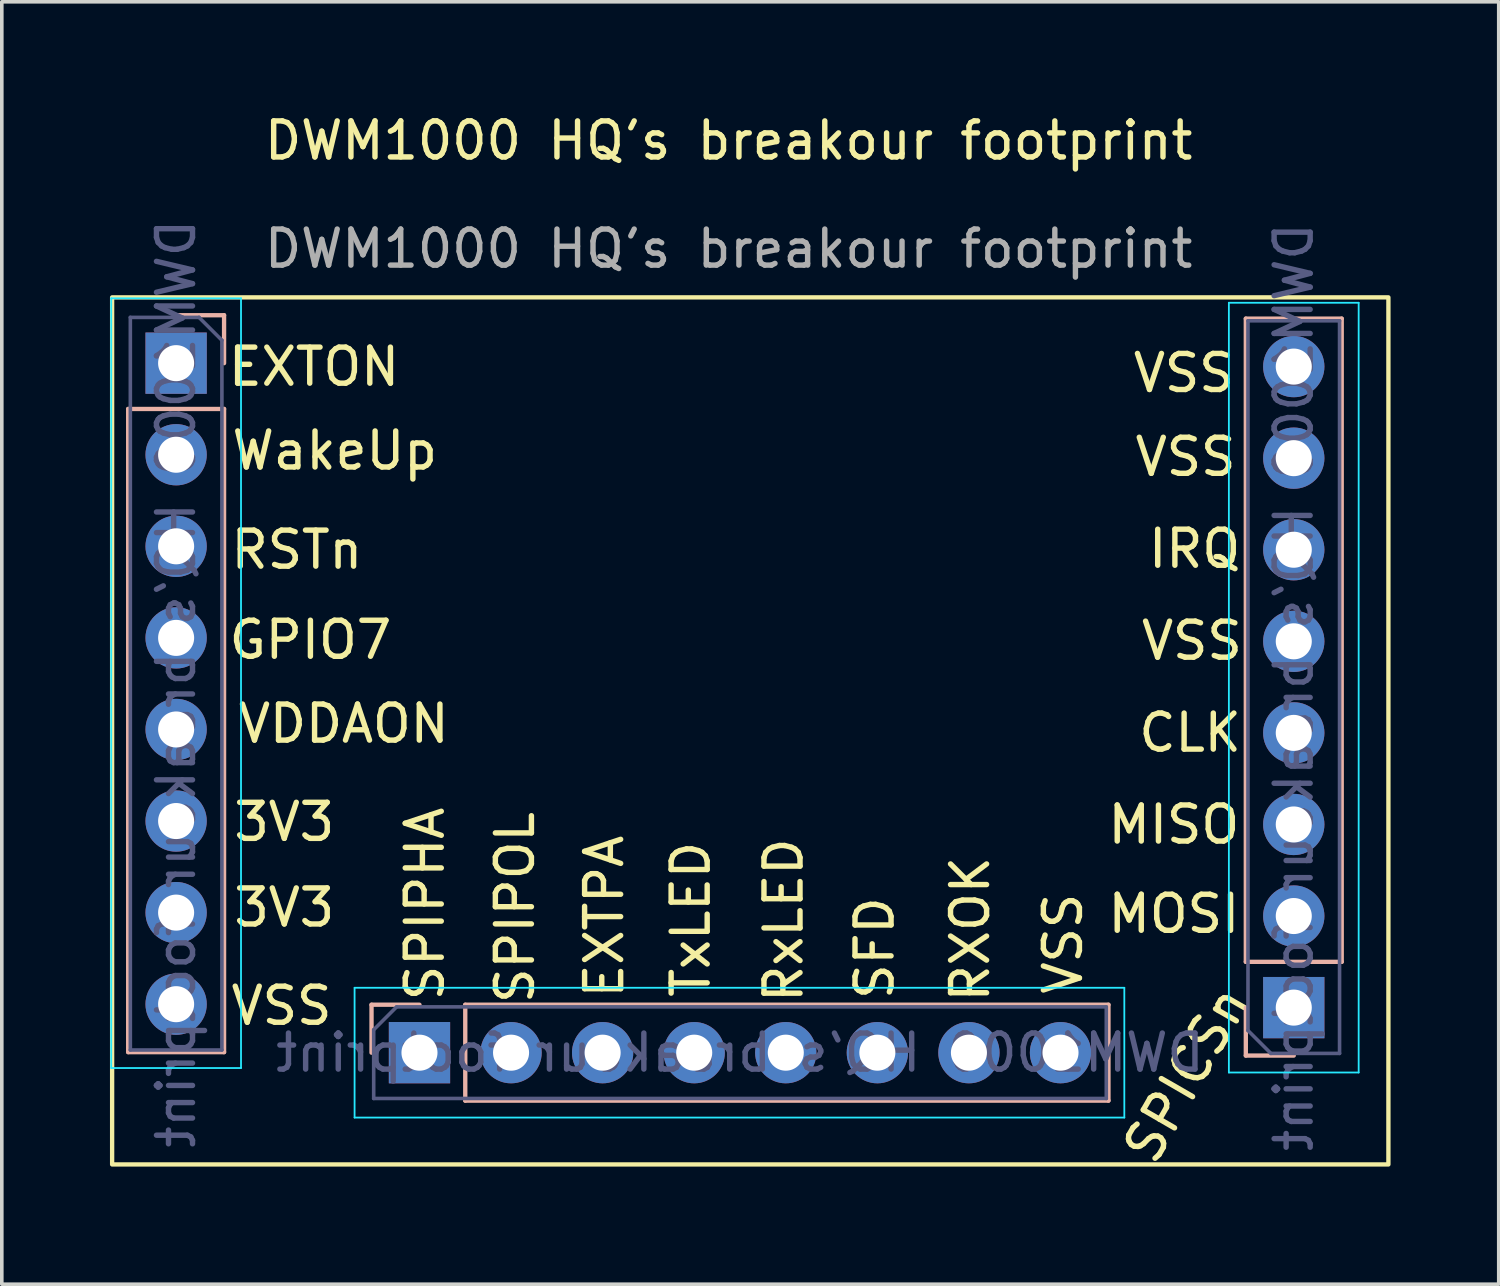
<source format=kicad_pcb>
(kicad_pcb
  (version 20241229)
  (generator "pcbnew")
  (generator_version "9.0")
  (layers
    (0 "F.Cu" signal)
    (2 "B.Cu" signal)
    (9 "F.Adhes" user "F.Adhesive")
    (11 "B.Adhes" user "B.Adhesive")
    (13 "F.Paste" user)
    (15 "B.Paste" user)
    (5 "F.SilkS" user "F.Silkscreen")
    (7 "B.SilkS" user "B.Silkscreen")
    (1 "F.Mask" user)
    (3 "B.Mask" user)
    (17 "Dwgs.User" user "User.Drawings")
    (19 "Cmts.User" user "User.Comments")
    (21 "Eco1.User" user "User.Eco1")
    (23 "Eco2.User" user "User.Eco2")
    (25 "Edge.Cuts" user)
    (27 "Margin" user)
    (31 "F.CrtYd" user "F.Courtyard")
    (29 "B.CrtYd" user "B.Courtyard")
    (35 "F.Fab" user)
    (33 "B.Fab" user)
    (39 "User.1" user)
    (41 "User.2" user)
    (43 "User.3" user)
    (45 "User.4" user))
  (footprint "DWM1000 HQ's breakour footprint"
    (layer "F.Cu")
    (at 17.16 1.348)
    (property "Reference" "DWM1000 HQ's breakour footprint" (at 0 -0.5 0) (unlocked yes) (layer "F.SilkS") (effects (font (size 1 1) (thickness 0.15))))
    (attr smd)
    (fp_rect (start 18.3 27.9) (end -17.1 3.85) (stroke (width 0.12) (type solid)) (fill no) (layer "F.SilkS"))
    (fp_line (start -16.655 6.945) (end -16.655 24.785) (stroke (width 0.12) (type solid)) (layer "B.SilkS"))
    (fp_line (start -13.995 4.345) (end -15.325 4.345) (stroke (width 0.12) (type solid)) (layer "B.SilkS"))
    (fp_line (start -13.995 5.675) (end -13.995 4.345) (stroke (width 0.12) (type solid)) (layer "B.SilkS"))
    (fp_line (start -13.995 6.945) (end -16.655 6.945) (stroke (width 0.12) (type solid)) (layer "B.SilkS"))
    (fp_line (start -13.995 6.945) (end -13.995 24.785) (stroke (width 0.12) (type solid)) (layer "B.SilkS"))
    (fp_line (start -13.995 24.785) (end -16.655 24.785) (stroke (width 0.12) (type solid)) (layer "B.SilkS"))
    (fp_line (start -9.905 23.47) (end -9.905 24.8) (stroke (width 0.12) (type solid)) (layer "B.SilkS"))
    (fp_line (start -8.575 23.47) (end -9.905 23.47) (stroke (width 0.12) (type solid)) (layer "B.SilkS"))
    (fp_line (start -7.305 23.47) (end -7.305 26.13) (stroke (width 0.12) (type solid)) (layer "B.SilkS"))
    (fp_line (start -7.305 23.47) (end 10.535 23.47) (stroke (width 0.12) (type solid)) (layer "B.SilkS"))
    (fp_line (start -7.305 26.13) (end 10.535 26.13) (stroke (width 0.12) (type solid)) (layer "B.SilkS"))
    (fp_line (start 10.535 23.47) (end 10.535 26.13) (stroke (width 0.12) (type solid)) (layer "B.SilkS"))
    (fp_line (start 14.345 4.44) (end 17.005 4.44) (stroke (width 0.12) (type solid)) (layer "B.SilkS"))
    (fp_line (start 14.345 22.28) (end 14.345 4.44) (stroke (width 0.12) (type solid)) (layer "B.SilkS"))
    (fp_line (start 14.345 22.28) (end 17.005 22.28) (stroke (width 0.12) (type solid)) (layer "B.SilkS"))
    (fp_line (start 14.345 23.55) (end 14.345 24.88) (stroke (width 0.12) (type solid)) (layer "B.SilkS"))
    (fp_line (start 14.345 24.88) (end 15.675 24.88) (stroke (width 0.12) (type solid)) (layer "B.SilkS"))
    (fp_line (start 17.005 22.28) (end 17.005 4.44) (stroke (width 0.12) (type solid)) (layer "B.SilkS"))
    (fp_line (start -17.125 3.875) (end -13.525 3.875) (stroke (width 0.05) (type solid)) (layer "B.CrtYd"))
    (fp_line (start -17.125 25.225) (end -17.125 3.875) (stroke (width 0.05) (type solid)) (layer "B.CrtYd"))
    (fp_line (start -13.525 3.875) (end -13.525 25.225) (stroke (width 0.05) (type solid)) (layer "B.CrtYd"))
    (fp_line (start -13.525 25.225) (end -17.125 25.225) (stroke (width 0.05) (type solid)) (layer "B.CrtYd"))
    (fp_line (start -10.375 23) (end 10.975 23) (stroke (width 0.05) (type solid)) (layer "B.CrtYd"))
    (fp_line (start -10.375 26.6) (end -10.375 23) (stroke (width 0.05) (type solid)) (layer "B.CrtYd"))
    (fp_line (start 10.975 23) (end 10.975 26.6) (stroke (width 0.05) (type solid)) (layer "B.CrtYd"))
    (fp_line (start 10.975 26.6) (end -10.375 26.6) (stroke (width 0.05) (type solid)) (layer "B.CrtYd"))
    (fp_line (start 13.875 4) (end 17.475 4) (stroke (width 0.05) (type solid)) (layer "B.CrtYd"))
    (fp_line (start 13.875 25.35) (end 13.875 4) (stroke (width 0.05) (type solid)) (layer "B.CrtYd"))
    (fp_line (start 17.475 4) (end 17.475 25.35) (stroke (width 0.05) (type solid)) (layer "B.CrtYd"))
    (fp_line (start 17.475 25.35) (end 13.875 25.35) (stroke (width 0.05) (type solid)) (layer "B.CrtYd"))
    (fp_line (start -16.595 4.405) (end -16.595 24.725) (stroke (width 0.1) (type solid)) (layer "B.Fab"))
    (fp_line (start -16.595 24.725) (end -14.055 24.725) (stroke (width 0.1) (type solid)) (layer "B.Fab"))
    (fp_line (start -14.69 4.405) (end -16.595 4.405) (stroke (width 0.1) (type solid)) (layer "B.Fab"))
    (fp_line (start -14.055 5.04) (end -14.69 4.405) (stroke (width 0.1) (type solid)) (layer "B.Fab"))
    (fp_line (start -14.055 24.725) (end -14.055 5.04) (stroke (width 0.1) (type solid)) (layer "B.Fab"))
    (fp_line (start -9.845 24.165) (end -9.845 26.07) (stroke (width 0.1) (type solid)) (layer "B.Fab"))
    (fp_line (start -9.845 26.07) (end 10.475 26.07) (stroke (width 0.1) (type solid)) (layer "B.Fab"))
    (fp_line (start -9.21 23.53) (end -9.845 24.165) (stroke (width 0.1) (type solid)) (layer "B.Fab"))
    (fp_line (start 10.475 23.53) (end -9.21 23.53) (stroke (width 0.1) (type solid)) (layer "B.Fab"))
    (fp_line (start 10.475 26.07) (end 10.475 23.53) (stroke (width 0.1) (type solid)) (layer "B.Fab"))
    (fp_line (start 14.405 4.5) (end 14.405 24.185) (stroke (width 0.1) (type solid)) (layer "B.Fab"))
    (fp_line (start 14.405 24.185) (end 15.04 24.82) (stroke (width 0.1) (type solid)) (layer "B.Fab"))
    (fp_line (start 15.04 24.82) (end 16.945 24.82) (stroke (width 0.1) (type solid)) (layer "B.Fab"))
    (fp_line (start 16.945 4.5) (end 14.405 4.5) (stroke (width 0.1) (type solid)) (layer "B.Fab"))
    (fp_line (start 16.945 24.82) (end 16.945 4.5) (stroke (width 0.1) (type solid)) (layer "B.Fab"))
    (fp_text user "GPIO7" (at -11.6 13.35 0) (layer "F.SilkS") (effects (font (size 1 1) (thickness 0.15))))
    (fp_text user "CLK" (at 12.8 15.925 0) (layer "F.SilkS") (effects (font (size 1 1) (thickness 0.15))))
    (fp_text user "3V3" (at -12.325 18.4 0) (layer "F.SilkS") (effects (font (size 1 1) (thickness 0.15))))
    (fp_text user "VSS" (at 9.275 21.775 90) (layer "F.SilkS") (effects (font (size 1 1) (thickness 0.15))))
    (fp_text user "RxLED" (at 1.525 21.125 90) (layer "F.SilkS") (effects (font (size 1 1) (thickness 0.15))))
    (fp_text user "VSS" (at 12.625 5.95 0) (layer "F.SilkS") (effects (font (size 1 1) (thickness 0.15))))
    (fp_text user "EXTON" (at -11.5 5.775 0) (layer "F.SilkS") (effects (font (size 1 1) (thickness 0.15))))
    (fp_text user "MISO" (at 12.35 18.475 0) (layer "F.SilkS") (effects (font (size 1 1) (thickness 0.15))))
    (fp_text user "IRQ" (at 12.925 10.825 0) (layer "F.SilkS") (effects (font (size 1 1) (thickness 0.15))))
    (fp_text user "VSS" (at -12.4 23.5 0) (layer "F.SilkS") (effects (font (size 1 1) (thickness 0.15))))
    (fp_text user "SPIPOL" (at -5.925 20.775 90) (layer "F.SilkS") (effects (font (size 1 1) (thickness 0.15))))
    (fp_text user "VSS" (at 12.675 8.275 0) (layer "F.SilkS") (effects (font (size 1 1) (thickness 0.15))))
    (fp_text user "SFD" (at 4.05 21.9 90) (layer "F.SilkS") (effects (font (size 1 1) (thickness 0.15))))
    (fp_text user "3V3" (at -12.325 20.775 0) (layer "F.SilkS") (effects (font (size 1 1) (thickness 0.15))))
    (fp_text user "RXOK" (at 6.7 21.375 90) (layer "F.SilkS") (effects (font (size 1 1) (thickness 0.15))))
    (fp_text user "MOSI" (at 12.35 20.95 0) (layer "F.SilkS") (effects (font (size 1 1) (thickness 0.15))))
    (fp_text user "VSS" (at 12.85 13.375 0) (layer "F.SilkS") (effects (font (size 1 1) (thickness 0.15))))
    (fp_text user "VDDAON" (at -10.675 15.675 0) (layer "F.SilkS") (effects (font (size 1 1) (thickness 0.15))))
    (fp_text user "WakeUp" (at -10.925 8.1 0) (layer "F.SilkS") (effects (font (size 1 1) (thickness 0.15))))
    (fp_text user "EXTPA" (at -3.45 21.025 90) (layer "F.SilkS") (effects (font (size 1 1) (thickness 0.15))))
    (fp_text user "TxLED" (at -1.05 21.1 90) (layer "F.SilkS") (effects (font (size 1 1) (thickness 0.15))))
    (fp_text user "SPIPHA" (at -8.425 20.675 90) (layer "F.SilkS") (effects (font (size 1 1) (thickness 0.15))))
    (fp_text user "RSTn" (at -11.975 10.85 0) (layer "F.SilkS") (effects (font (size 1 1) (thickness 0.15))))
    (fp_text user "SPICSn" (at 12.7 25.4 60) (layer "F.SilkS") (effects (font (size 1 1) (thickness 0.15))))
    (fp_text user "${REFERENCE}" (at -15.325 14.565 90) (layer "B.Fab") (effects (font (size 1 1) (thickness 0.15)) (justify mirror)))
    (fp_text user "${REFERENCE}" (at 15.675 14.66 90) (layer "B.Fab") (effects (font (size 1 1) (thickness 0.15)) (justify mirror)))
    (fp_text user "${REFERENCE}" (at 0.315 24.8 0) (layer "B.Fab") (effects (font (size 1 1) (thickness 0.15)) (justify mirror)))
    (fp_text user "${REFERENCE}" (at 0 2.5 0) (unlocked yes) (layer "F.Fab") (effects (font (size 1 1) (thickness 0.15))))
    (pad "1" thru_hole rect (at -15.325 5.675 180) (size 1.7 1.7) (drill 1) (layers "*.Cu" "*.Mask"))
    (pad "2" thru_hole oval (at -15.325 8.215 180) (size 1.7 1.7) (drill 1) (layers "*.Cu" "*.Mask"))
    (pad "3" thru_hole oval (at -15.325 10.755 180) (size 1.7 1.7) (drill 1) (layers "*.Cu" "*.Mask"))
    (pad "4" thru_hole oval (at -15.325 13.295 180) (size 1.7 1.7) (drill 1) (layers "*.Cu" "*.Mask"))
    (pad "5" thru_hole oval (at -15.325 15.835 180) (size 1.7 1.7) (drill 1) (layers "*.Cu" "*.Mask"))
    (pad "6" thru_hole oval (at -15.325 18.375 180) (size 1.7 1.7) (drill 1) (layers "*.Cu" "*.Mask"))
    (pad "7" thru_hole oval (at -15.325 20.915 180) (size 1.7 1.7) (drill 1) (layers "*.Cu" "*.Mask"))
    (pad "8" thru_hole oval (at -15.325 23.455 180) (size 1.7 1.7) (drill 1) (layers "*.Cu" "*.Mask"))
    (pad "9" thru_hole rect (at -8.575 24.8 270) (size 1.7 1.7) (drill 1) (layers "*.Cu" "*.Mask"))
    (pad "10" thru_hole oval (at -6.035 24.8 270) (size 1.7 1.7) (drill 1) (layers "*.Cu" "*.Mask"))
    (pad "11" thru_hole oval (at -3.495 24.8 270) (size 1.7 1.7) (drill 1) (layers "*.Cu" "*.Mask"))
    (pad "12" thru_hole oval (at -0.955 24.8 270) (size 1.7 1.7) (drill 1) (layers "*.Cu" "*.Mask"))
    (pad "13" thru_hole oval (at 1.585 24.8 270) (size 1.7 1.7) (drill 1) (layers "*.Cu" "*.Mask"))
    (pad "14" thru_hole oval (at 4.125 24.8 270) (size 1.7 1.7) (drill 1) (layers "*.Cu" "*.Mask"))
    (pad "15" thru_hole oval (at 6.665 24.8 270) (size 1.7 1.7) (drill 1) (layers "*.Cu" "*.Mask"))
    (pad "16" thru_hole oval (at 9.205 24.8 270) (size 1.7 1.7) (drill 1) (layers "*.Cu" "*.Mask"))
    (pad "17" thru_hole rect (at 15.675 23.55) (size 1.7 1.7) (drill 1) (layers "*.Cu" "*.Mask"))
    (pad "18" thru_hole oval (at 15.675 21.01) (size 1.7 1.7) (drill 1) (layers "*.Cu" "*.Mask"))
    (pad "19" thru_hole oval (at 15.675 18.47) (size 1.7 1.7) (drill 1) (layers "*.Cu" "*.Mask"))
    (pad "20" thru_hole oval (at 15.675 15.93) (size 1.7 1.7) (drill 1) (layers "*.Cu" "*.Mask"))
    (pad "21" thru_hole oval (at 15.675 13.39) (size 1.7 1.7) (drill 1) (layers "*.Cu" "*.Mask"))
    (pad "22" thru_hole oval (at 15.675 10.85) (size 1.7 1.7) (drill 1) (layers "*.Cu" "*.Mask"))
    (pad "23" thru_hole oval (at 15.675 8.31) (size 1.7 1.7) (drill 1) (layers "*.Cu" "*.Mask"))
    (pad "24" thru_hole oval (at 15.675 5.77) (size 1.7 1.7) (drill 1) (layers "*.Cu" "*.Mask")))
  (gr_rect
    (start -3 -3)
    (end 38.52 32.569)
    (stroke (width 0.1) (type default))
    (fill no)
    (layer "Edge.Cuts")))
</source>
